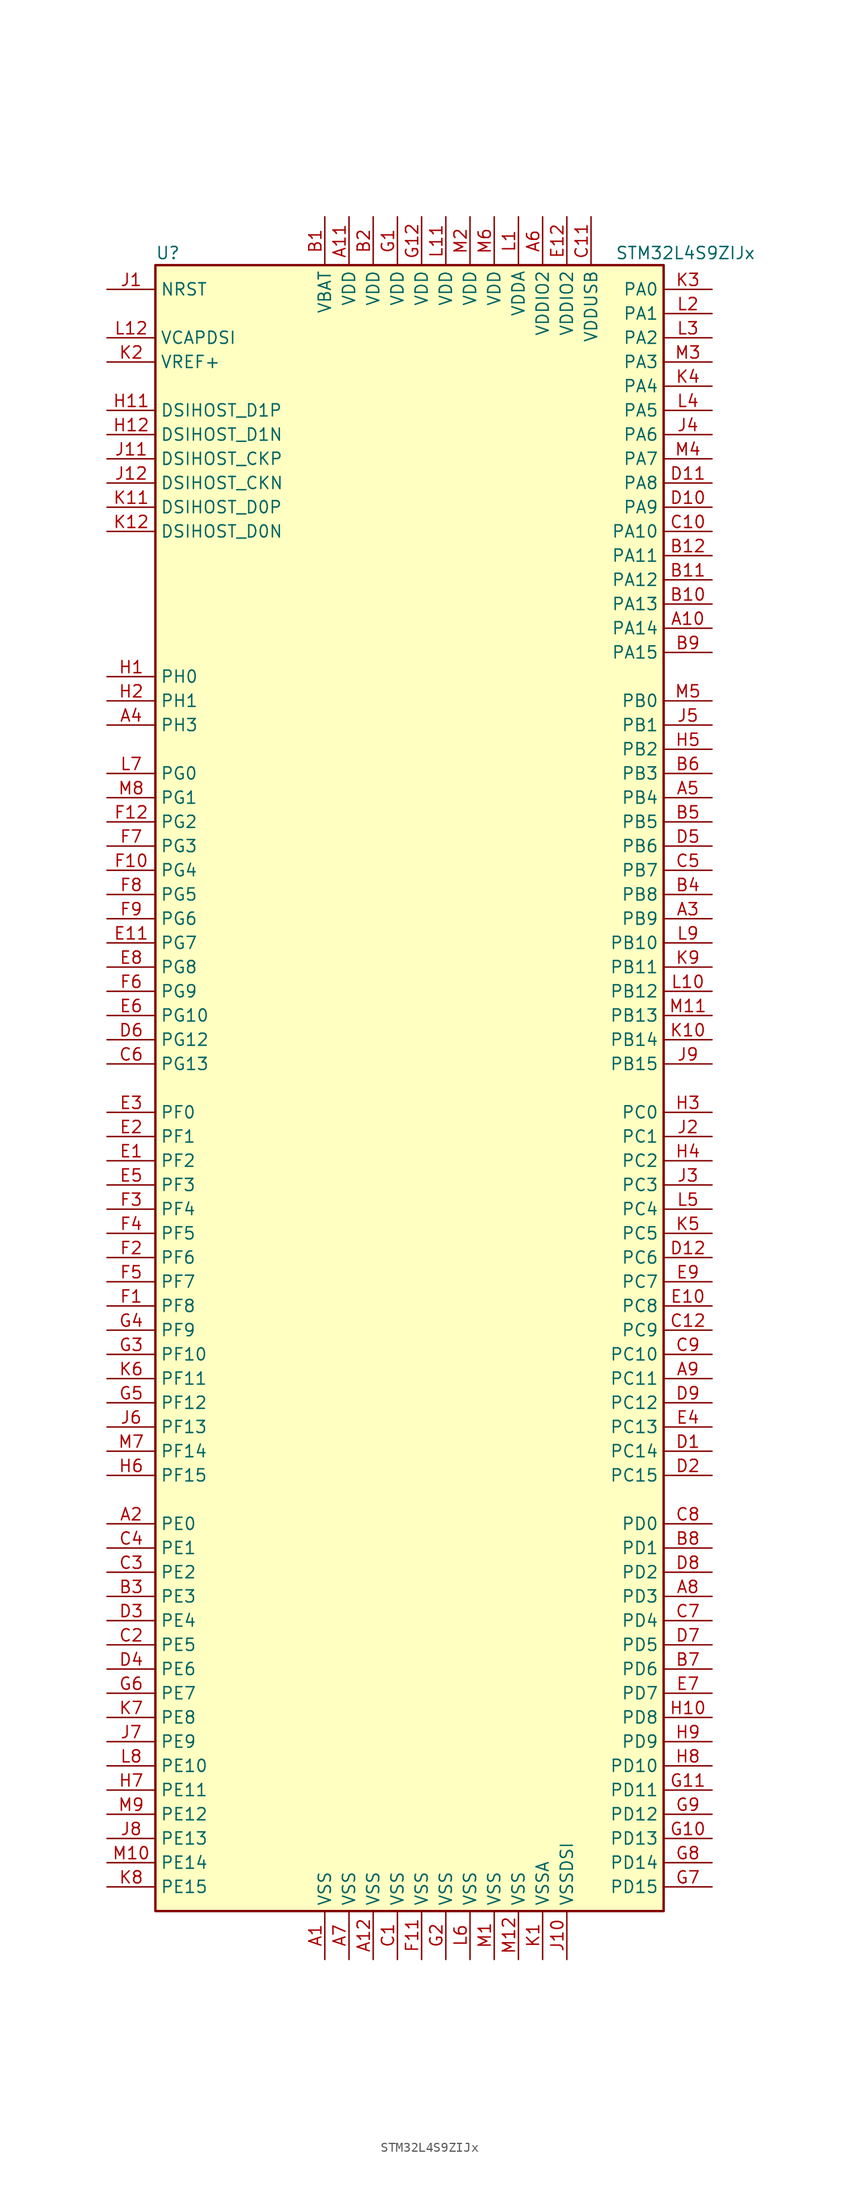
<source format=kicad_sym>
(kicad_symbol_lib
  (version 20201005)
  (generator kicad_symbol_editor)
  (symbol "MCU_ST_STM32L4+:STM32L4S9ZIJx"
    (property "Reference" "U"
      (at -27.94 87.63 0)
      (effects (font (size 1.27 1.27)) (justify left)))
    (property "Value" "STM32L4S9ZIJx"
      (at 20.32 87.63 0)
      (effects (font (size 1.27 1.27)) (justify left)))
    (symbol "STM32L4S9ZIJx_0_1"
      (rectangle (start -27.94 -86.36) (end 25.4 86.36) (stroke (width 0.254)) (fill (type background))))
    (symbol "STM32L4S9ZIJx_1_1"
      (pin bidirectional line (at -33.02 63.5 0) (length 5.08) (name "DSIHOST_CKN" (effects (font (size 1.27 1.27)))) (number "J12" (effects (font (size 1.27 1.27)))))
      (pin bidirectional line (at -33.02 66.04 0) (length 5.08) (name "DSIHOST_CKP" (effects (font (size 1.27 1.27)))) (number "J11" (effects (font (size 1.27 1.27)))))
      (pin bidirectional line (at -33.02 58.42 0) (length 5.08) (name "DSIHOST_D0N" (effects (font (size 1.27 1.27)))) (number "K12" (effects (font (size 1.27 1.27)))))
      (pin bidirectional line (at -33.02 60.96 0) (length 5.08) (name "DSIHOST_D0P" (effects (font (size 1.27 1.27)))) (number "K11" (effects (font (size 1.27 1.27)))))
      (pin bidirectional line (at -33.02 68.58 0) (length 5.08) (name "DSIHOST_D1N" (effects (font (size 1.27 1.27)))) (number "H12" (effects (font (size 1.27 1.27)))))
      (pin bidirectional line (at -33.02 71.12 0) (length 5.08) (name "DSIHOST_D1P" (effects (font (size 1.27 1.27)))) (number "H11" (effects (font (size 1.27 1.27)))))
      (pin input line (at -33.02 83.82 0) (length 5.08) (name "NRST" (effects (font (size 1.27 1.27)))) (number "J1" (effects (font (size 1.27 1.27)))))
      (pin bidirectional line (at 30.48 83.82 180) (length 5.08) (name "PA0" (effects (font (size 1.27 1.27)))) (number "K3" (effects (font (size 1.27 1.27)))))
      (pin bidirectional line (at 30.48 81.28 180) (length 5.08) (name "PA1" (effects (font (size 1.27 1.27)))) (number "L2" (effects (font (size 1.27 1.27)))))
      (pin bidirectional line (at 30.48 58.42 180) (length 5.08) (name "PA10" (effects (font (size 1.27 1.27)))) (number "C10" (effects (font (size 1.27 1.27)))))
      (pin bidirectional line (at 30.48 55.88 180) (length 5.08) (name "PA11" (effects (font (size 1.27 1.27)))) (number "B12" (effects (font (size 1.27 1.27)))))
      (pin bidirectional line (at 30.48 53.34 180) (length 5.08) (name "PA12" (effects (font (size 1.27 1.27)))) (number "B11" (effects (font (size 1.27 1.27)))))
      (pin bidirectional line (at 30.48 50.8 180) (length 5.08) (name "PA13" (effects (font (size 1.27 1.27)))) (number "B10" (effects (font (size 1.27 1.27)))))
      (pin bidirectional line (at 30.48 48.26 180) (length 5.08) (name "PA14" (effects (font (size 1.27 1.27)))) (number "A10" (effects (font (size 1.27 1.27)))))
      (pin bidirectional line (at 30.48 45.72 180) (length 5.08) (name "PA15" (effects (font (size 1.27 1.27)))) (number "B9" (effects (font (size 1.27 1.27)))))
      (pin bidirectional line (at 30.48 78.74 180) (length 5.08) (name "PA2" (effects (font (size 1.27 1.27)))) (number "L3" (effects (font (size 1.27 1.27)))))
      (pin bidirectional line (at 30.48 76.2 180) (length 5.08) (name "PA3" (effects (font (size 1.27 1.27)))) (number "M3" (effects (font (size 1.27 1.27)))))
      (pin bidirectional line (at 30.48 73.66 180) (length 5.08) (name "PA4" (effects (font (size 1.27 1.27)))) (number "K4" (effects (font (size 1.27 1.27)))))
      (pin bidirectional line (at 30.48 71.12 180) (length 5.08) (name "PA5" (effects (font (size 1.27 1.27)))) (number "L4" (effects (font (size 1.27 1.27)))))
      (pin bidirectional line (at 30.48 68.58 180) (length 5.08) (name "PA6" (effects (font (size 1.27 1.27)))) (number "J4" (effects (font (size 1.27 1.27)))))
      (pin bidirectional line (at 30.48 66.04 180) (length 5.08) (name "PA7" (effects (font (size 1.27 1.27)))) (number "M4" (effects (font (size 1.27 1.27)))))
      (pin bidirectional line (at 30.48 63.5 180) (length 5.08) (name "PA8" (effects (font (size 1.27 1.27)))) (number "D11" (effects (font (size 1.27 1.27)))))
      (pin bidirectional line (at 30.48 60.96 180) (length 5.08) (name "PA9" (effects (font (size 1.27 1.27)))) (number "D10" (effects (font (size 1.27 1.27)))))
      (pin bidirectional line (at 30.48 40.64 180) (length 5.08) (name "PB0" (effects (font (size 1.27 1.27)))) (number "M5" (effects (font (size 1.27 1.27)))))
      (pin bidirectional line (at 30.48 38.1 180) (length 5.08) (name "PB1" (effects (font (size 1.27 1.27)))) (number "J5" (effects (font (size 1.27 1.27)))))
      (pin bidirectional line (at 30.48 15.24 180) (length 5.08) (name "PB10" (effects (font (size 1.27 1.27)))) (number "L9" (effects (font (size 1.27 1.27)))))
      (pin bidirectional line (at 30.48 12.7 180) (length 5.08) (name "PB11" (effects (font (size 1.27 1.27)))) (number "K9" (effects (font (size 1.27 1.27)))))
      (pin bidirectional line (at 30.48 10.16 180) (length 5.08) (name "PB12" (effects (font (size 1.27 1.27)))) (number "L10" (effects (font (size 1.27 1.27)))))
      (pin bidirectional line (at 30.48 7.62 180) (length 5.08) (name "PB13" (effects (font (size 1.27 1.27)))) (number "M11" (effects (font (size 1.27 1.27)))))
      (pin bidirectional line (at 30.48 5.08 180) (length 5.08) (name "PB14" (effects (font (size 1.27 1.27)))) (number "K10" (effects (font (size 1.27 1.27)))))
      (pin bidirectional line (at 30.48 2.54 180) (length 5.08) (name "PB15" (effects (font (size 1.27 1.27)))) (number "J9" (effects (font (size 1.27 1.27)))))
      (pin bidirectional line (at 30.48 35.56 180) (length 5.08) (name "PB2" (effects (font (size 1.27 1.27)))) (number "H5" (effects (font (size 1.27 1.27)))))
      (pin bidirectional line (at 30.48 33.02 180) (length 5.08) (name "PB3" (effects (font (size 1.27 1.27)))) (number "B6" (effects (font (size 1.27 1.27)))))
      (pin bidirectional line (at 30.48 30.48 180) (length 5.08) (name "PB4" (effects (font (size 1.27 1.27)))) (number "A5" (effects (font (size 1.27 1.27)))))
      (pin bidirectional line (at 30.48 27.94 180) (length 5.08) (name "PB5" (effects (font (size 1.27 1.27)))) (number "B5" (effects (font (size 1.27 1.27)))))
      (pin bidirectional line (at 30.48 25.4 180) (length 5.08) (name "PB6" (effects (font (size 1.27 1.27)))) (number "D5" (effects (font (size 1.27 1.27)))))
      (pin bidirectional line (at 30.48 22.86 180) (length 5.08) (name "PB7" (effects (font (size 1.27 1.27)))) (number "C5" (effects (font (size 1.27 1.27)))))
      (pin bidirectional line (at 30.48 20.32 180) (length 5.08) (name "PB8" (effects (font (size 1.27 1.27)))) (number "B4" (effects (font (size 1.27 1.27)))))
      (pin bidirectional line (at 30.48 17.78 180) (length 5.08) (name "PB9" (effects (font (size 1.27 1.27)))) (number "A3" (effects (font (size 1.27 1.27)))))
      (pin bidirectional line (at 30.48 -2.54 180) (length 5.08) (name "PC0" (effects (font (size 1.27 1.27)))) (number "H3" (effects (font (size 1.27 1.27)))))
      (pin bidirectional line (at 30.48 -5.08 180) (length 5.08) (name "PC1" (effects (font (size 1.27 1.27)))) (number "J2" (effects (font (size 1.27 1.27)))))
      (pin bidirectional line (at 30.48 -27.94 180) (length 5.08) (name "PC10" (effects (font (size 1.27 1.27)))) (number "C9" (effects (font (size 1.27 1.27)))))
      (pin bidirectional line (at 30.48 -30.48 180) (length 5.08) (name "PC11" (effects (font (size 1.27 1.27)))) (number "A9" (effects (font (size 1.27 1.27)))))
      (pin bidirectional line (at 30.48 -33.02 180) (length 5.08) (name "PC12" (effects (font (size 1.27 1.27)))) (number "D9" (effects (font (size 1.27 1.27)))))
      (pin bidirectional line (at 30.48 -35.56 180) (length 5.08) (name "PC13" (effects (font (size 1.27 1.27)))) (number "E4" (effects (font (size 1.27 1.27)))))
      (pin bidirectional line (at 30.48 -38.1 180) (length 5.08) (name "PC14" (effects (font (size 1.27 1.27)))) (number "D1" (effects (font (size 1.27 1.27)))))
      (pin bidirectional line (at 30.48 -40.64 180) (length 5.08) (name "PC15" (effects (font (size 1.27 1.27)))) (number "D2" (effects (font (size 1.27 1.27)))))
      (pin bidirectional line (at 30.48 -7.62 180) (length 5.08) (name "PC2" (effects (font (size 1.27 1.27)))) (number "H4" (effects (font (size 1.27 1.27)))))
      (pin bidirectional line (at 30.48 -10.16 180) (length 5.08) (name "PC3" (effects (font (size 1.27 1.27)))) (number "J3" (effects (font (size 1.27 1.27)))))
      (pin bidirectional line (at 30.48 -12.7 180) (length 5.08) (name "PC4" (effects (font (size 1.27 1.27)))) (number "L5" (effects (font (size 1.27 1.27)))))
      (pin bidirectional line (at 30.48 -15.24 180) (length 5.08) (name "PC5" (effects (font (size 1.27 1.27)))) (number "K5" (effects (font (size 1.27 1.27)))))
      (pin bidirectional line (at 30.48 -17.78 180) (length 5.08) (name "PC6" (effects (font (size 1.27 1.27)))) (number "D12" (effects (font (size 1.27 1.27)))))
      (pin bidirectional line (at 30.48 -20.32 180) (length 5.08) (name "PC7" (effects (font (size 1.27 1.27)))) (number "E9" (effects (font (size 1.27 1.27)))))
      (pin bidirectional line (at 30.48 -22.86 180) (length 5.08) (name "PC8" (effects (font (size 1.27 1.27)))) (number "E10" (effects (font (size 1.27 1.27)))))
      (pin bidirectional line (at 30.48 -25.4 180) (length 5.08) (name "PC9" (effects (font (size 1.27 1.27)))) (number "C12" (effects (font (size 1.27 1.27)))))
      (pin bidirectional line (at 30.48 -45.72 180) (length 5.08) (name "PD0" (effects (font (size 1.27 1.27)))) (number "C8" (effects (font (size 1.27 1.27)))))
      (pin bidirectional line (at 30.48 -48.26 180) (length 5.08) (name "PD1" (effects (font (size 1.27 1.27)))) (number "B8" (effects (font (size 1.27 1.27)))))
      (pin bidirectional line (at 30.48 -71.12 180) (length 5.08) (name "PD10" (effects (font (size 1.27 1.27)))) (number "H8" (effects (font (size 1.27 1.27)))))
      (pin bidirectional line (at 30.48 -73.66 180) (length 5.08) (name "PD11" (effects (font (size 1.27 1.27)))) (number "G11" (effects (font (size 1.27 1.27)))))
      (pin bidirectional line (at 30.48 -76.2 180) (length 5.08) (name "PD12" (effects (font (size 1.27 1.27)))) (number "G9" (effects (font (size 1.27 1.27)))))
      (pin bidirectional line (at 30.48 -78.74 180) (length 5.08) (name "PD13" (effects (font (size 1.27 1.27)))) (number "G10" (effects (font (size 1.27 1.27)))))
      (pin bidirectional line (at 30.48 -81.28 180) (length 5.08) (name "PD14" (effects (font (size 1.27 1.27)))) (number "G8" (effects (font (size 1.27 1.27)))))
      (pin bidirectional line (at 30.48 -83.82 180) (length 5.08) (name "PD15" (effects (font (size 1.27 1.27)))) (number "G7" (effects (font (size 1.27 1.27)))))
      (pin bidirectional line (at 30.48 -50.8 180) (length 5.08) (name "PD2" (effects (font (size 1.27 1.27)))) (number "D8" (effects (font (size 1.27 1.27)))))
      (pin bidirectional line (at 30.48 -53.34 180) (length 5.08) (name "PD3" (effects (font (size 1.27 1.27)))) (number "A8" (effects (font (size 1.27 1.27)))))
      (pin bidirectional line (at 30.48 -55.88 180) (length 5.08) (name "PD4" (effects (font (size 1.27 1.27)))) (number "C7" (effects (font (size 1.27 1.27)))))
      (pin bidirectional line (at 30.48 -58.42 180) (length 5.08) (name "PD5" (effects (font (size 1.27 1.27)))) (number "D7" (effects (font (size 1.27 1.27)))))
      (pin bidirectional line (at 30.48 -60.96 180) (length 5.08) (name "PD6" (effects (font (size 1.27 1.27)))) (number "B7" (effects (font (size 1.27 1.27)))))
      (pin bidirectional line (at 30.48 -63.5 180) (length 5.08) (name "PD7" (effects (font (size 1.27 1.27)))) (number "E7" (effects (font (size 1.27 1.27)))))
      (pin bidirectional line (at 30.48 -66.04 180) (length 5.08) (name "PD8" (effects (font (size 1.27 1.27)))) (number "H10" (effects (font (size 1.27 1.27)))))
      (pin bidirectional line (at 30.48 -68.58 180) (length 5.08) (name "PD9" (effects (font (size 1.27 1.27)))) (number "H9" (effects (font (size 1.27 1.27)))))
      (pin bidirectional line (at -33.02 -45.72 0) (length 5.08) (name "PE0" (effects (font (size 1.27 1.27)))) (number "A2" (effects (font (size 1.27 1.27)))))
      (pin bidirectional line (at -33.02 -48.26 0) (length 5.08) (name "PE1" (effects (font (size 1.27 1.27)))) (number "C4" (effects (font (size 1.27 1.27)))))
      (pin bidirectional line (at -33.02 -71.12 0) (length 5.08) (name "PE10" (effects (font (size 1.27 1.27)))) (number "L8" (effects (font (size 1.27 1.27)))))
      (pin bidirectional line (at -33.02 -73.66 0) (length 5.08) (name "PE11" (effects (font (size 1.27 1.27)))) (number "H7" (effects (font (size 1.27 1.27)))))
      (pin bidirectional line (at -33.02 -76.2 0) (length 5.08) (name "PE12" (effects (font (size 1.27 1.27)))) (number "M9" (effects (font (size 1.27 1.27)))))
      (pin bidirectional line (at -33.02 -78.74 0) (length 5.08) (name "PE13" (effects (font (size 1.27 1.27)))) (number "J8" (effects (font (size 1.27 1.27)))))
      (pin bidirectional line (at -33.02 -81.28 0) (length 5.08) (name "PE14" (effects (font (size 1.27 1.27)))) (number "M10" (effects (font (size 1.27 1.27)))))
      (pin bidirectional line (at -33.02 -83.82 0) (length 5.08) (name "PE15" (effects (font (size 1.27 1.27)))) (number "K8" (effects (font (size 1.27 1.27)))))
      (pin bidirectional line (at -33.02 -50.8 0) (length 5.08) (name "PE2" (effects (font (size 1.27 1.27)))) (number "C3" (effects (font (size 1.27 1.27)))))
      (pin bidirectional line (at -33.02 -53.34 0) (length 5.08) (name "PE3" (effects (font (size 1.27 1.27)))) (number "B3" (effects (font (size 1.27 1.27)))))
      (pin bidirectional line (at -33.02 -55.88 0) (length 5.08) (name "PE4" (effects (font (size 1.27 1.27)))) (number "D3" (effects (font (size 1.27 1.27)))))
      (pin bidirectional line (at -33.02 -58.42 0) (length 5.08) (name "PE5" (effects (font (size 1.27 1.27)))) (number "C2" (effects (font (size 1.27 1.27)))))
      (pin bidirectional line (at -33.02 -60.96 0) (length 5.08) (name "PE6" (effects (font (size 1.27 1.27)))) (number "D4" (effects (font (size 1.27 1.27)))))
      (pin bidirectional line (at -33.02 -63.5 0) (length 5.08) (name "PE7" (effects (font (size 1.27 1.27)))) (number "G6" (effects (font (size 1.27 1.27)))))
      (pin bidirectional line (at -33.02 -66.04 0) (length 5.08) (name "PE8" (effects (font (size 1.27 1.27)))) (number "K7" (effects (font (size 1.27 1.27)))))
      (pin bidirectional line (at -33.02 -68.58 0) (length 5.08) (name "PE9" (effects (font (size 1.27 1.27)))) (number "J7" (effects (font (size 1.27 1.27)))))
      (pin bidirectional line (at -33.02 -2.54 0) (length 5.08) (name "PF0" (effects (font (size 1.27 1.27)))) (number "E3" (effects (font (size 1.27 1.27)))))
      (pin bidirectional line (at -33.02 -5.08 0) (length 5.08) (name "PF1" (effects (font (size 1.27 1.27)))) (number "E2" (effects (font (size 1.27 1.27)))))
      (pin bidirectional line (at -33.02 -27.94 0) (length 5.08) (name "PF10" (effects (font (size 1.27 1.27)))) (number "G3" (effects (font (size 1.27 1.27)))))
      (pin bidirectional line (at -33.02 -30.48 0) (length 5.08) (name "PF11" (effects (font (size 1.27 1.27)))) (number "K6" (effects (font (size 1.27 1.27)))))
      (pin bidirectional line (at -33.02 -33.02 0) (length 5.08) (name "PF12" (effects (font (size 1.27 1.27)))) (number "G5" (effects (font (size 1.27 1.27)))))
      (pin bidirectional line (at -33.02 -35.56 0) (length 5.08) (name "PF13" (effects (font (size 1.27 1.27)))) (number "J6" (effects (font (size 1.27 1.27)))))
      (pin bidirectional line (at -33.02 -38.1 0) (length 5.08) (name "PF14" (effects (font (size 1.27 1.27)))) (number "M7" (effects (font (size 1.27 1.27)))))
      (pin bidirectional line (at -33.02 -40.64 0) (length 5.08) (name "PF15" (effects (font (size 1.27 1.27)))) (number "H6" (effects (font (size 1.27 1.27)))))
      (pin bidirectional line (at -33.02 -7.62 0) (length 5.08) (name "PF2" (effects (font (size 1.27 1.27)))) (number "E1" (effects (font (size 1.27 1.27)))))
      (pin bidirectional line (at -33.02 -10.16 0) (length 5.08) (name "PF3" (effects (font (size 1.27 1.27)))) (number "E5" (effects (font (size 1.27 1.27)))))
      (pin bidirectional line (at -33.02 -12.7 0) (length 5.08) (name "PF4" (effects (font (size 1.27 1.27)))) (number "F3" (effects (font (size 1.27 1.27)))))
      (pin bidirectional line (at -33.02 -15.24 0) (length 5.08) (name "PF5" (effects (font (size 1.27 1.27)))) (number "F4" (effects (font (size 1.27 1.27)))))
      (pin bidirectional line (at -33.02 -17.78 0) (length 5.08) (name "PF6" (effects (font (size 1.27 1.27)))) (number "F2" (effects (font (size 1.27 1.27)))))
      (pin bidirectional line (at -33.02 -20.32 0) (length 5.08) (name "PF7" (effects (font (size 1.27 1.27)))) (number "F5" (effects (font (size 1.27 1.27)))))
      (pin bidirectional line (at -33.02 -22.86 0) (length 5.08) (name "PF8" (effects (font (size 1.27 1.27)))) (number "F1" (effects (font (size 1.27 1.27)))))
      (pin bidirectional line (at -33.02 -25.4 0) (length 5.08) (name "PF9" (effects (font (size 1.27 1.27)))) (number "G4" (effects (font (size 1.27 1.27)))))
      (pin bidirectional line (at -33.02 33.02 0) (length 5.08) (name "PG0" (effects (font (size 1.27 1.27)))) (number "L7" (effects (font (size 1.27 1.27)))))
      (pin bidirectional line (at -33.02 30.48 0) (length 5.08) (name "PG1" (effects (font (size 1.27 1.27)))) (number "M8" (effects (font (size 1.27 1.27)))))
      (pin bidirectional line (at -33.02 7.62 0) (length 5.08) (name "PG10" (effects (font (size 1.27 1.27)))) (number "E6" (effects (font (size 1.27 1.27)))))
      (pin bidirectional line (at -33.02 5.08 0) (length 5.08) (name "PG12" (effects (font (size 1.27 1.27)))) (number "D6" (effects (font (size 1.27 1.27)))))
      (pin bidirectional line (at -33.02 2.54 0) (length 5.08) (name "PG13" (effects (font (size 1.27 1.27)))) (number "C6" (effects (font (size 1.27 1.27)))))
      (pin bidirectional line (at -33.02 27.94 0) (length 5.08) (name "PG2" (effects (font (size 1.27 1.27)))) (number "F12" (effects (font (size 1.27 1.27)))))
      (pin bidirectional line (at -33.02 25.4 0) (length 5.08) (name "PG3" (effects (font (size 1.27 1.27)))) (number "F7" (effects (font (size 1.27 1.27)))))
      (pin bidirectional line (at -33.02 22.86 0) (length 5.08) (name "PG4" (effects (font (size 1.27 1.27)))) (number "F10" (effects (font (size 1.27 1.27)))))
      (pin bidirectional line (at -33.02 20.32 0) (length 5.08) (name "PG5" (effects (font (size 1.27 1.27)))) (number "F8" (effects (font (size 1.27 1.27)))))
      (pin bidirectional line (at -33.02 17.78 0) (length 5.08) (name "PG6" (effects (font (size 1.27 1.27)))) (number "F9" (effects (font (size 1.27 1.27)))))
      (pin bidirectional line (at -33.02 15.24 0) (length 5.08) (name "PG7" (effects (font (size 1.27 1.27)))) (number "E11" (effects (font (size 1.27 1.27)))))
      (pin bidirectional line (at -33.02 12.7 0) (length 5.08) (name "PG8" (effects (font (size 1.27 1.27)))) (number "E8" (effects (font (size 1.27 1.27)))))
      (pin bidirectional line (at -33.02 10.16 0) (length 5.08) (name "PG9" (effects (font (size 1.27 1.27)))) (number "F6" (effects (font (size 1.27 1.27)))))
      (pin input line (at -33.02 43.18 0) (length 5.08) (name "PH0" (effects (font (size 1.27 1.27)))) (number "H1" (effects (font (size 1.27 1.27)))))
      (pin input line (at -33.02 40.64 0) (length 5.08) (name "PH1" (effects (font (size 1.27 1.27)))) (number "H2" (effects (font (size 1.27 1.27)))))
      (pin bidirectional line (at -33.02 38.1 0) (length 5.08) (name "PH3" (effects (font (size 1.27 1.27)))) (number "A4" (effects (font (size 1.27 1.27)))))
      (pin power_in line (at -10.16 91.44 270) (length 5.08) (name "VBAT" (effects (font (size 1.27 1.27)))) (number "B1" (effects (font (size 1.27 1.27)))))
      (pin power_in line (at -33.02 78.74 0) (length 5.08) (name "VCAPDSI" (effects (font (size 1.27 1.27)))) (number "L12" (effects (font (size 1.27 1.27)))))
      (pin power_in line (at -7.62 91.44 270) (length 5.08) (name "VDD" (effects (font (size 1.27 1.27)))) (number "A11" (effects (font (size 1.27 1.27)))))
      (pin power_in line (at -5.08 91.44 270) (length 5.08) (name "VDD" (effects (font (size 1.27 1.27)))) (number "B2" (effects (font (size 1.27 1.27)))))
      (pin power_in line (at -2.54 91.44 270) (length 5.08) (name "VDD" (effects (font (size 1.27 1.27)))) (number "G1" (effects (font (size 1.27 1.27)))))
      (pin power_in line (at 0 91.44 270) (length 5.08) (name "VDD" (effects (font (size 1.27 1.27)))) (number "G12" (effects (font (size 1.27 1.27)))))
      (pin power_in line (at 2.54 91.44 270) (length 5.08) (name "VDD" (effects (font (size 1.27 1.27)))) (number "L11" (effects (font (size 1.27 1.27)))))
      (pin power_in line (at 5.08 91.44 270) (length 5.08) (name "VDD" (effects (font (size 1.27 1.27)))) (number "M2" (effects (font (size 1.27 1.27)))))
      (pin power_in line (at 7.62 91.44 270) (length 5.08) (name "VDD" (effects (font (size 1.27 1.27)))) (number "M6" (effects (font (size 1.27 1.27)))))
      (pin power_in line (at 10.16 91.44 270) (length 5.08) (name "VDDA" (effects (font (size 1.27 1.27)))) (number "L1" (effects (font (size 1.27 1.27)))))
      (pin power_in line (at 12.7 91.44 270) (length 5.08) (name "VDDIO2" (effects (font (size 1.27 1.27)))) (number "A6" (effects (font (size 1.27 1.27)))))
      (pin power_in line (at 15.24 91.44 270) (length 5.08) (name "VDDIO2" (effects (font (size 1.27 1.27)))) (number "E12" (effects (font (size 1.27 1.27)))))
      (pin power_in line (at 17.78 91.44 270) (length 5.08) (name "VDDUSB" (effects (font (size 1.27 1.27)))) (number "C11" (effects (font (size 1.27 1.27)))))
      (pin bidirectional line (at -33.02 76.2 0) (length 5.08) (name "VREF+" (effects (font (size 1.27 1.27)))) (number "K2" (effects (font (size 1.27 1.27)))))
      (pin power_in line (at -10.16 -91.44 90) (length 5.08) (name "VSS" (effects (font (size 1.27 1.27)))) (number "A1" (effects (font (size 1.27 1.27)))))
      (pin power_in line (at -5.08 -91.44 90) (length 5.08) (name "VSS" (effects (font (size 1.27 1.27)))) (number "A12" (effects (font (size 1.27 1.27)))))
      (pin power_in line (at -7.62 -91.44 90) (length 5.08) (name "VSS" (effects (font (size 1.27 1.27)))) (number "A7" (effects (font (size 1.27 1.27)))))
      (pin power_in line (at -2.54 -91.44 90) (length 5.08) (name "VSS" (effects (font (size 1.27 1.27)))) (number "C1" (effects (font (size 1.27 1.27)))))
      (pin power_in line (at 0 -91.44 90) (length 5.08) (name "VSS" (effects (font (size 1.27 1.27)))) (number "F11" (effects (font (size 1.27 1.27)))))
      (pin power_in line (at 2.54 -91.44 90) (length 5.08) (name "VSS" (effects (font (size 1.27 1.27)))) (number "G2" (effects (font (size 1.27 1.27)))))
      (pin power_in line (at 5.08 -91.44 90) (length 5.08) (name "VSS" (effects (font (size 1.27 1.27)))) (number "L6" (effects (font (size 1.27 1.27)))))
      (pin power_in line (at 7.62 -91.44 90) (length 5.08) (name "VSS" (effects (font (size 1.27 1.27)))) (number "M1" (effects (font (size 1.27 1.27)))))
      (pin power_in line (at 10.16 -91.44 90) (length 5.08) (name "VSS" (effects (font (size 1.27 1.27)))) (number "M12" (effects (font (size 1.27 1.27)))))
      (pin power_in line (at 12.7 -91.44 90) (length 5.08) (name "VSSA" (effects (font (size 1.27 1.27)))) (number "K1" (effects (font (size 1.27 1.27)))))
      (pin power_in line (at 15.24 -91.44 90) (length 5.08) (name "VSSDSI" (effects (font (size 1.27 1.27)))) (number "J10" (effects (font (size 1.27 1.27))))))))
</source>
